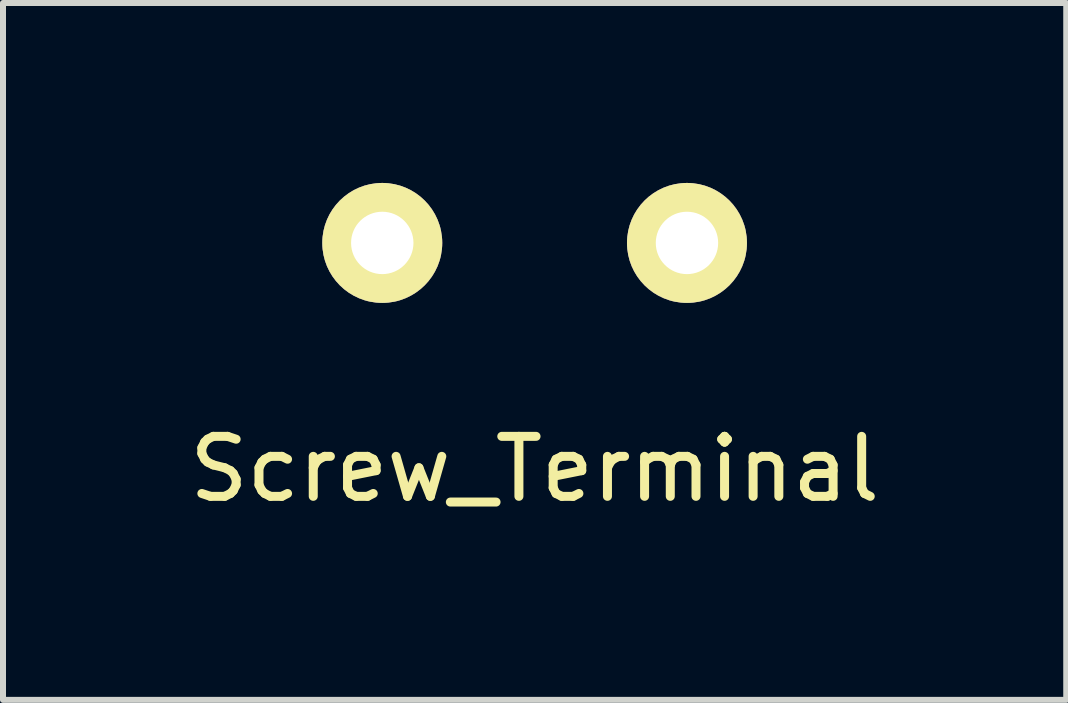
<source format=kicad_pcb>
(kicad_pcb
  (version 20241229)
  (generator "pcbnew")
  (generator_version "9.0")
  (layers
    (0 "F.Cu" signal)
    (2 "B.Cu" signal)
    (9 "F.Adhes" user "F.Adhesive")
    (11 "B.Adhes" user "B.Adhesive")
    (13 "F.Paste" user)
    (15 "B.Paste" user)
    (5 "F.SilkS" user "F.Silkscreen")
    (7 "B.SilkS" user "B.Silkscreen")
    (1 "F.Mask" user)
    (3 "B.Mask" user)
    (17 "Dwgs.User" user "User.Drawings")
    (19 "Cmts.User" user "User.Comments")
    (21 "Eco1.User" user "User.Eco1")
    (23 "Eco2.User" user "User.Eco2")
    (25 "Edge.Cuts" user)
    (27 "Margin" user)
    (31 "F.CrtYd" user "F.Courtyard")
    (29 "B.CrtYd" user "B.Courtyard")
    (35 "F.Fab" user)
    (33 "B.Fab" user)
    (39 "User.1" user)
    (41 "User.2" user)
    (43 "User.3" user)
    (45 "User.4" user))
  (footprint "Screw_Terminal"
    (layer "F.Cu")
    (at 5.863 3.5)
    (property "Reference" "Screw_Terminal" (at 0 1.27 0) (layer "F.SilkS") (effects (font (size 1 1) (thickness 0.15))))
    (attr through_hole)
    (pad "1" thru_hole circle (at 2.54 -2.5) (size 2 2) (drill 1.04) (layers "*.Cu" "*.Mask" "F.SilkS"))
    (pad "2" thru_hole circle (at -2.54 -2.5) (size 2 2) (drill 1.04) (layers "*.Cu" "*.Mask" "F.SilkS")))
  (gr_rect
    (start -3 -3)
    (end 14.726 8.618)
    (stroke (width 0.1) (type default))
    (fill no)
    (layer "Edge.Cuts")))
</source>
